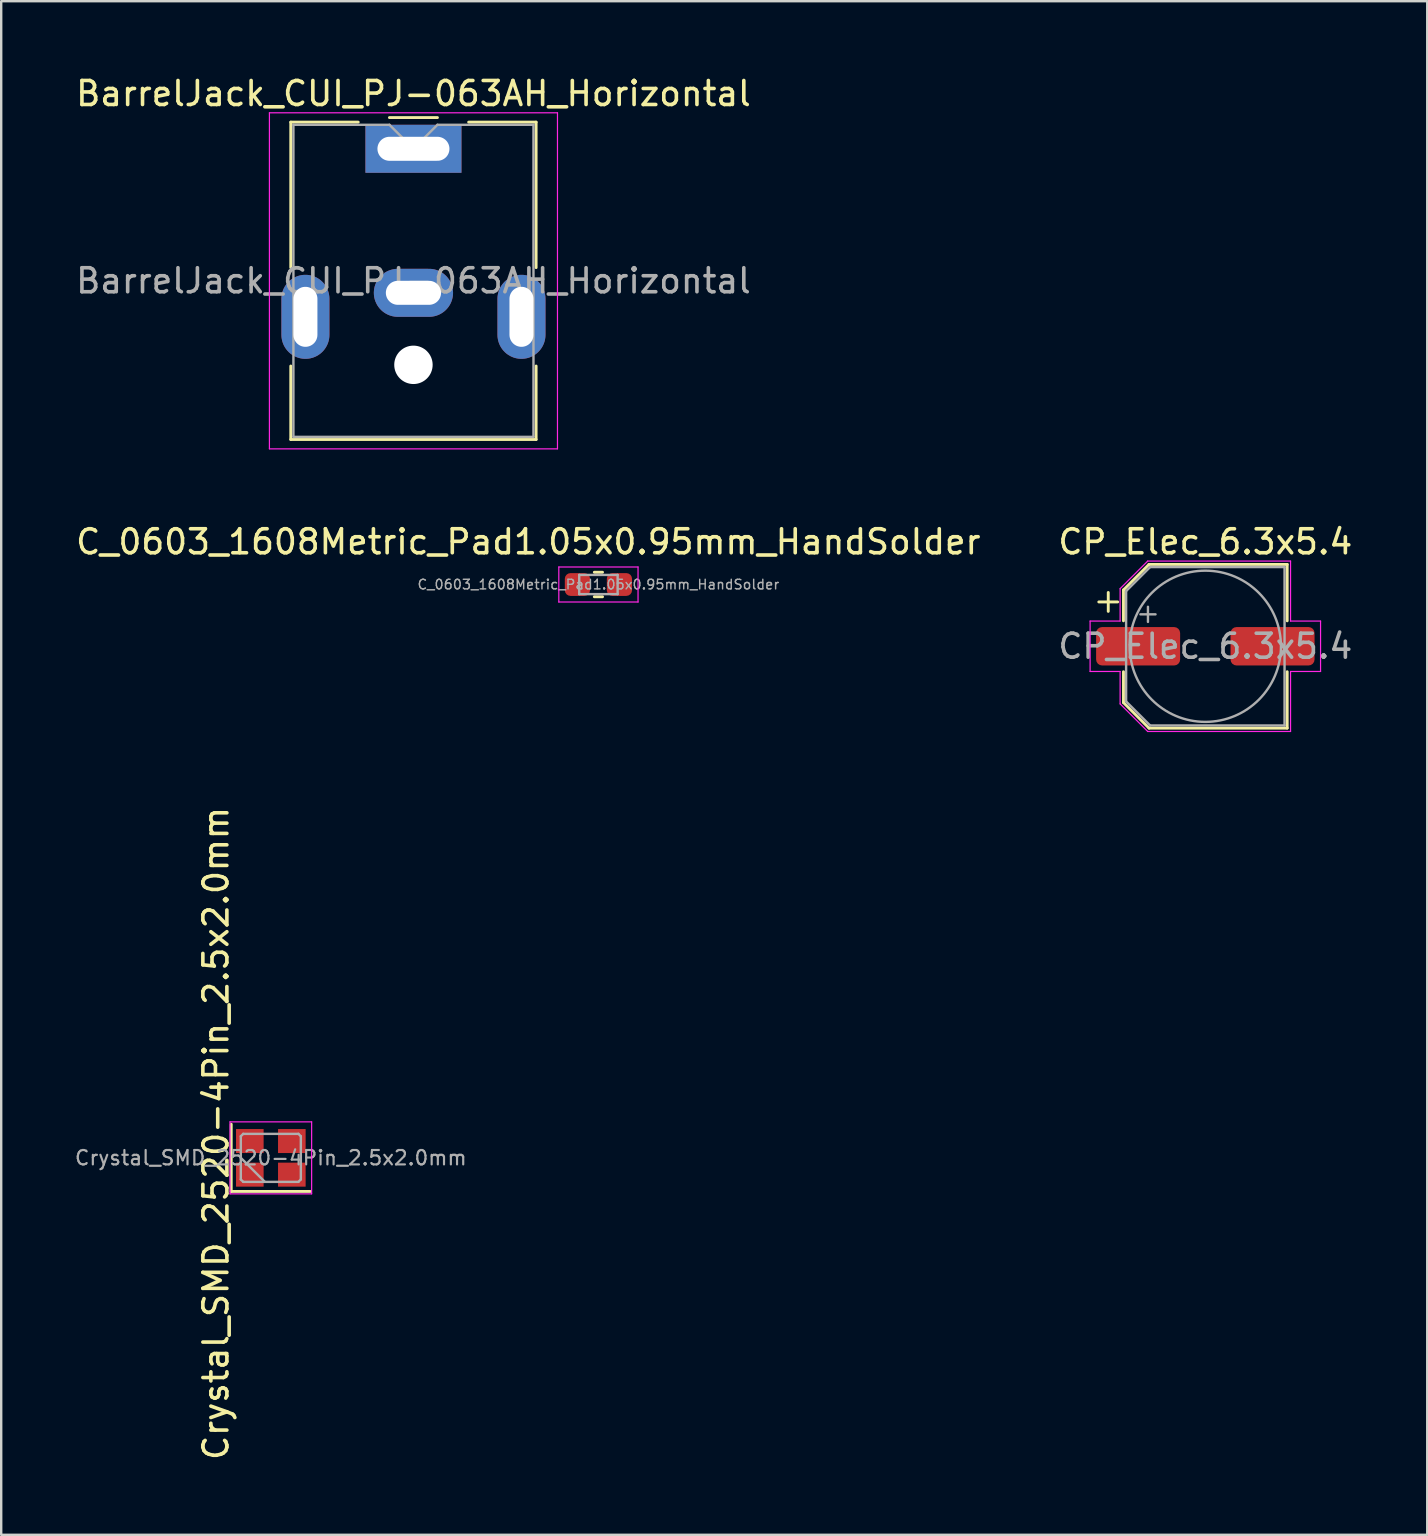
<source format=kicad_pcb>
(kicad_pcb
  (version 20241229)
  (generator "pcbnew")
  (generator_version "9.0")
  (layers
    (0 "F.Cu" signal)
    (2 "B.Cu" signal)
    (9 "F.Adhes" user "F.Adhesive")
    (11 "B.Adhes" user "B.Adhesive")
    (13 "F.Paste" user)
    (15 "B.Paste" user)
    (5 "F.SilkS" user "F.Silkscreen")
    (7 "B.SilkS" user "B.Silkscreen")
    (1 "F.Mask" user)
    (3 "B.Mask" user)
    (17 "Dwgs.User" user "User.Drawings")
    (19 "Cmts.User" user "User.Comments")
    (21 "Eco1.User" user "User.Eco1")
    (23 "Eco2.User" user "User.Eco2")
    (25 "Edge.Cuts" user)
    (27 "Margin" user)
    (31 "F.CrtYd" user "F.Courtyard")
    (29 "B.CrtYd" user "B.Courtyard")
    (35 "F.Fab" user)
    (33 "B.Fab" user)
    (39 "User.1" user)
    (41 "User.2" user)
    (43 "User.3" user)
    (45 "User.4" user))
  (footprint "C_0603_1608Metric_Pad1.05x0.95mm_HandSolder"
    (layer "F.Cu")
    (at 21.879 21.299)
    (property "Reference" "C_0603_1608Metric_Pad1.05x0.95mm_HandSolder" (at -2.921 -1.778 0) (layer "F.SilkS") (effects (font (size 1 1) (thickness 0.15))))
    (attr smd)
    (fp_line (start -0.171 -0.51) (end 0.171 -0.51) (stroke (width 0.12) (type solid)) (layer "F.SilkS"))
    (fp_line (start -0.171 0.51) (end 0.171 0.51) (stroke (width 0.12) (type solid)) (layer "F.SilkS"))
    (fp_line (start -1.65 -0.73) (end 1.65 -0.73) (stroke (width 0.05) (type solid)) (layer "F.CrtYd"))
    (fp_line (start -1.65 0.73) (end -1.65 -0.73) (stroke (width 0.05) (type solid)) (layer "F.CrtYd"))
    (fp_line (start 1.65 -0.73) (end 1.65 0.73) (stroke (width 0.05) (type solid)) (layer "F.CrtYd"))
    (fp_line (start 1.65 0.73) (end -1.65 0.73) (stroke (width 0.05) (type solid)) (layer "F.CrtYd"))
    (fp_line (start -0.8 -0.4) (end 0.8 -0.4) (stroke (width 0.1) (type solid)) (layer "F.Fab"))
    (fp_line (start -0.8 0.4) (end -0.8 -0.4) (stroke (width 0.1) (type solid)) (layer "F.Fab"))
    (fp_line (start 0.8 -0.4) (end 0.8 0.4) (stroke (width 0.1) (type solid)) (layer "F.Fab"))
    (fp_line (start 0.8 0.4) (end -0.8 0.4) (stroke (width 0.1) (type solid)) (layer "F.Fab"))
    (fp_text user "${REFERENCE}" (at 0 0 0) (layer "F.Fab") (effects (font (size 0.4 0.4) (thickness 0.06))))
    (pad "1" smd roundrect (at -0.875 0) (size 1.05 0.95) (layers "F.Cu" "F.Mask" "F.Paste") (roundrect_rratio 0.25))
    (pad "2" smd roundrect (at 0.875 0) (size 1.05 0.95) (layers "F.Cu" "F.Mask" "F.Paste") (roundrect_rratio 0.25)))
  (footprint "Crystal_SMD_2520-4Pin_2.5x2.0mm"
    (layer "F.Cu")
    (at 8.232 45.183)
    (property "Reference" "Crystal_SMD_2520-4Pin_2.5x2.0mm" (at -2.286 -1.016 90) (layer "F.SilkS") (effects (font (size 1 1) (thickness 0.15))))
    (attr smd)
    (fp_line (start -1.65 -1.4) (end -1.65 1.4) (stroke (width 0.12) (type solid)) (layer "F.SilkS"))
    (fp_line (start -1.65 1.4) (end 1.65 1.4) (stroke (width 0.12) (type solid)) (layer "F.SilkS"))
    (fp_line (start -1.7 -1.5) (end -1.7 1.5) (stroke (width 0.05) (type solid)) (layer "F.CrtYd"))
    (fp_line (start -1.7 1.5) (end 1.7 1.5) (stroke (width 0.05) (type solid)) (layer "F.CrtYd"))
    (fp_line (start 1.7 -1.5) (end -1.7 -1.5) (stroke (width 0.05) (type solid)) (layer "F.CrtYd"))
    (fp_line (start 1.7 1.5) (end 1.7 -1.5) (stroke (width 0.05) (type solid)) (layer "F.CrtYd"))
    (fp_line (start -1.25 -0.9) (end -1.15 -1) (stroke (width 0.1) (type solid)) (layer "F.Fab"))
    (fp_line (start -1.25 0) (end -0.25 1) (stroke (width 0.1) (type solid)) (layer "F.Fab"))
    (fp_line (start -1.25 0.9) (end -1.25 -0.9) (stroke (width 0.1) (type solid)) (layer "F.Fab"))
    (fp_line (start -1.15 -1) (end 1.15 -1) (stroke (width 0.1) (type solid)) (layer "F.Fab"))
    (fp_line (start -1.15 1) (end -1.25 0.9) (stroke (width 0.1) (type solid)) (layer "F.Fab"))
    (fp_line (start 1.15 -1) (end 1.25 -0.9) (stroke (width 0.1) (type solid)) (layer "F.Fab"))
    (fp_line (start 1.15 1) (end -1.15 1) (stroke (width 0.1) (type solid)) (layer "F.Fab"))
    (fp_line (start 1.25 -0.9) (end 1.25 0.9) (stroke (width 0.1) (type solid)) (layer "F.Fab"))
    (fp_line (start 1.25 0.9) (end 1.15 1) (stroke (width 0.1) (type solid)) (layer "F.Fab"))
    (fp_text user "${REFERENCE}" (at 0 0 0) (layer "F.Fab") (effects (font (size 0.6 0.6) (thickness 0.09))))
    (pad "1" smd rect (at -0.875 0.7) (size 1.15 1) (layers "F.Cu" "F.Mask" "F.Paste"))
    (pad "2" smd rect (at 0.875 0.7) (size 1.15 1) (layers "F.Cu" "F.Mask" "F.Paste"))
    (pad "3" smd rect (at 0.875 -0.7) (size 1.15 1) (layers "F.Cu" "F.Mask" "F.Paste"))
    (pad "4" smd rect (at -0.875 -0.7) (size 1.15 1) (layers "F.Cu" "F.Mask" "F.Paste")))
  (footprint "BarrelJack_CUI_PJ-063AH_Horizontal"
    (layer "F.Cu")
    (at 14.173 3.148)
    (property "Reference" "BarrelJack_CUI_PJ-063AH_Horizontal" (at 0 -2.3 0) (layer "F.SilkS") (effects (font (size 1 1) (thickness 0.15))))
    (attr through_hole)
    (fp_line (start -5.11 -1.11) (end -2.3 -1.11) (stroke (width 0.12) (type solid)) (layer "F.SilkS"))
    (fp_line (start -5.11 4.95) (end -5.11 -1.11) (stroke (width 0.12) (type solid)) (layer "F.SilkS"))
    (fp_line (start -5.11 12.11) (end -5.11 9.05) (stroke (width 0.12) (type solid)) (layer "F.SilkS"))
    (fp_line (start -1 -1.3) (end 1 -1.3) (stroke (width 0.12) (type solid)) (layer "F.SilkS"))
    (fp_line (start 2.3 -1.11) (end 5.11 -1.11) (stroke (width 0.12) (type solid)) (layer "F.SilkS"))
    (fp_line (start 5.11 -1.11) (end 5.11 4.95) (stroke (width 0.12) (type solid)) (layer "F.SilkS"))
    (fp_line (start 5.11 9.05) (end 5.11 12.11) (stroke (width 0.12) (type solid)) (layer "F.SilkS"))
    (fp_line (start 5.11 12.11) (end -5.11 12.11) (stroke (width 0.12) (type solid)) (layer "F.SilkS"))
    (fp_line (start -6 -1.5) (end -6 12.5) (stroke (width 0.05) (type solid)) (layer "F.CrtYd"))
    (fp_line (start -6 12.5) (end 6 12.5) (stroke (width 0.05) (type solid)) (layer "F.CrtYd"))
    (fp_line (start 6 -1.5) (end -6 -1.5) (stroke (width 0.05) (type solid)) (layer "F.CrtYd"))
    (fp_line (start 6 12.5) (end 6 -1.5) (stroke (width 0.05) (type solid)) (layer "F.CrtYd"))
    (fp_line (start -5 -1) (end -1 -1) (stroke (width 0.1) (type solid)) (layer "F.Fab"))
    (fp_line (start -5 12) (end -5 -1) (stroke (width 0.1) (type solid)) (layer "F.Fab"))
    (fp_line (start -1 -1) (end 0 0) (stroke (width 0.1) (type solid)) (layer "F.Fab"))
    (fp_line (start 0 0) (end 1 -1) (stroke (width 0.1) (type solid)) (layer "F.Fab"))
    (fp_line (start 1 -1) (end 5 -1) (stroke (width 0.1) (type solid)) (layer "F.Fab"))
    (fp_line (start 5 -1) (end 5 12) (stroke (width 0.1) (type solid)) (layer "F.Fab"))
    (fp_line (start 5 12) (end -5 12) (stroke (width 0.1) (type solid)) (layer "F.Fab"))
    (fp_text user "${REFERENCE}" (at 0 5.5 0) (layer "F.Fab") (effects (font (size 1 1) (thickness 0.15))))
    (pad "" np_thru_hole circle (at 0 9) (size 1.6 1.6) (drill 1.6) (layers "*.Cu" "*.Mask"))
    (pad "1" thru_hole rect (at 0 0) (size 4 2) (drill oval 3 1) (layers "*.Cu" "*.Mask"))
    (pad "2" thru_hole oval (at 0 6) (size 3.3 2) (drill oval 2.3 1) (layers "*.Cu" "*.Mask"))
    (pad "MP" thru_hole oval (at -4.5 7) (size 2 3.5) (drill oval 1 2.5) (layers "*.Cu" "*.Mask"))
    (pad "MP" thru_hole oval (at 4.5 7) (size 2 3.5) (drill oval 1 2.5) (layers "*.Cu" "*.Mask")))
  (footprint "CP_Elec_6.3x5.4"
    (layer "F.Cu")
    (at 47.161 23.872)
    (property "Reference" "CP_Elec_6.3x5.4" (at 0 -4.35 0) (layer "F.SilkS") (effects (font (size 1 1) (thickness 0.15))))
    (attr smd)
    (fp_line (start -4.438 -1.847) (end -3.65 -1.847) (stroke (width 0.12) (type solid)) (layer "F.SilkS"))
    (fp_line (start -4.044 -2.241) (end -4.044 -1.454) (stroke (width 0.12) (type solid)) (layer "F.SilkS"))
    (fp_line (start -3.41 -2.346) (end -3.41 -1.06) (stroke (width 0.12) (type solid)) (layer "F.SilkS"))
    (fp_line (start -3.41 -2.346) (end -2.346 -3.41) (stroke (width 0.12) (type solid)) (layer "F.SilkS"))
    (fp_line (start -3.41 2.346) (end -3.41 1.06) (stroke (width 0.12) (type solid)) (layer "F.SilkS"))
    (fp_line (start -3.41 2.346) (end -2.346 3.41) (stroke (width 0.12) (type solid)) (layer "F.SilkS"))
    (fp_line (start -2.346 -3.41) (end 3.41 -3.41) (stroke (width 0.12) (type solid)) (layer "F.SilkS"))
    (fp_line (start -2.346 3.41) (end 3.41 3.41) (stroke (width 0.12) (type solid)) (layer "F.SilkS"))
    (fp_line (start 3.41 -3.41) (end 3.41 -1.06) (stroke (width 0.12) (type solid)) (layer "F.SilkS"))
    (fp_line (start 3.41 3.41) (end 3.41 1.06) (stroke (width 0.12) (type solid)) (layer "F.SilkS"))
    (fp_line (start -4.8 -1.05) (end -4.8 1.05) (stroke (width 0.05) (type solid)) (layer "F.CrtYd"))
    (fp_line (start -4.8 1.05) (end -3.55 1.05) (stroke (width 0.05) (type solid)) (layer "F.CrtYd"))
    (fp_line (start -3.55 -2.4) (end -3.55 -1.05) (stroke (width 0.05) (type solid)) (layer "F.CrtYd"))
    (fp_line (start -3.55 -2.4) (end -2.4 -3.55) (stroke (width 0.05) (type solid)) (layer "F.CrtYd"))
    (fp_line (start -3.55 -1.05) (end -4.8 -1.05) (stroke (width 0.05) (type solid)) (layer "F.CrtYd"))
    (fp_line (start -3.55 1.05) (end -3.55 2.4) (stroke (width 0.05) (type solid)) (layer "F.CrtYd"))
    (fp_line (start -3.55 2.4) (end -2.4 3.55) (stroke (width 0.05) (type solid)) (layer "F.CrtYd"))
    (fp_line (start -2.4 -3.55) (end 3.55 -3.55) (stroke (width 0.05) (type solid)) (layer "F.CrtYd"))
    (fp_line (start -2.4 3.55) (end 3.55 3.55) (stroke (width 0.05) (type solid)) (layer "F.CrtYd"))
    (fp_line (start 3.55 -3.55) (end 3.55 -1.05) (stroke (width 0.05) (type solid)) (layer "F.CrtYd"))
    (fp_line (start 3.55 -1.05) (end 4.8 -1.05) (stroke (width 0.05) (type solid)) (layer "F.CrtYd"))
    (fp_line (start 3.55 1.05) (end 3.55 3.55) (stroke (width 0.05) (type solid)) (layer "F.CrtYd"))
    (fp_line (start 4.8 -1.05) (end 4.8 1.05) (stroke (width 0.05) (type solid)) (layer "F.CrtYd"))
    (fp_line (start 4.8 1.05) (end 3.55 1.05) (stroke (width 0.05) (type solid)) (layer "F.CrtYd"))
    (fp_line (start -3.3 -2.3) (end -3.3 2.3) (stroke (width 0.1) (type solid)) (layer "F.Fab"))
    (fp_line (start -3.3 -2.3) (end -2.3 -3.3) (stroke (width 0.1) (type solid)) (layer "F.Fab"))
    (fp_line (start -3.3 2.3) (end -2.3 3.3) (stroke (width 0.1) (type solid)) (layer "F.Fab"))
    (fp_line (start -2.705 -1.33) (end -2.075 -1.33) (stroke (width 0.1) (type solid)) (layer "F.Fab"))
    (fp_line (start -2.39 -1.645) (end -2.39 -1.015) (stroke (width 0.1) (type solid)) (layer "F.Fab"))
    (fp_line (start -2.3 -3.3) (end 3.3 -3.3) (stroke (width 0.1) (type solid)) (layer "F.Fab"))
    (fp_line (start -2.3 3.3) (end 3.3 3.3) (stroke (width 0.1) (type solid)) (layer "F.Fab"))
    (fp_line (start 3.3 -3.3) (end 3.3 3.3) (stroke (width 0.1) (type solid)) (layer "F.Fab"))
    (fp_circle (center 0 0) (end 3.15 0) (stroke (width 0.1) (type solid)) (fill no) (layer "F.Fab"))
    (fp_text user "${REFERENCE}" (at 0 0 0) (layer "F.Fab") (effects (font (size 1 1) (thickness 0.15))))
    (pad "1" smd roundrect (at -2.8 0) (size 3.5 1.6) (layers "F.Cu" "F.Mask" "F.Paste") (roundrect_rratio 0.156))
    (pad "2" smd roundrect (at 2.8 0) (size 3.5 1.6) (layers "F.Cu" "F.Mask" "F.Paste") (roundrect_rratio 0.156)))
  (gr_rect
    (start -3 -3)
    (end 56.405 60.887)
    (stroke (width 0.1) (type default))
    (fill no)
    (layer "Edge.Cuts")))
</source>
